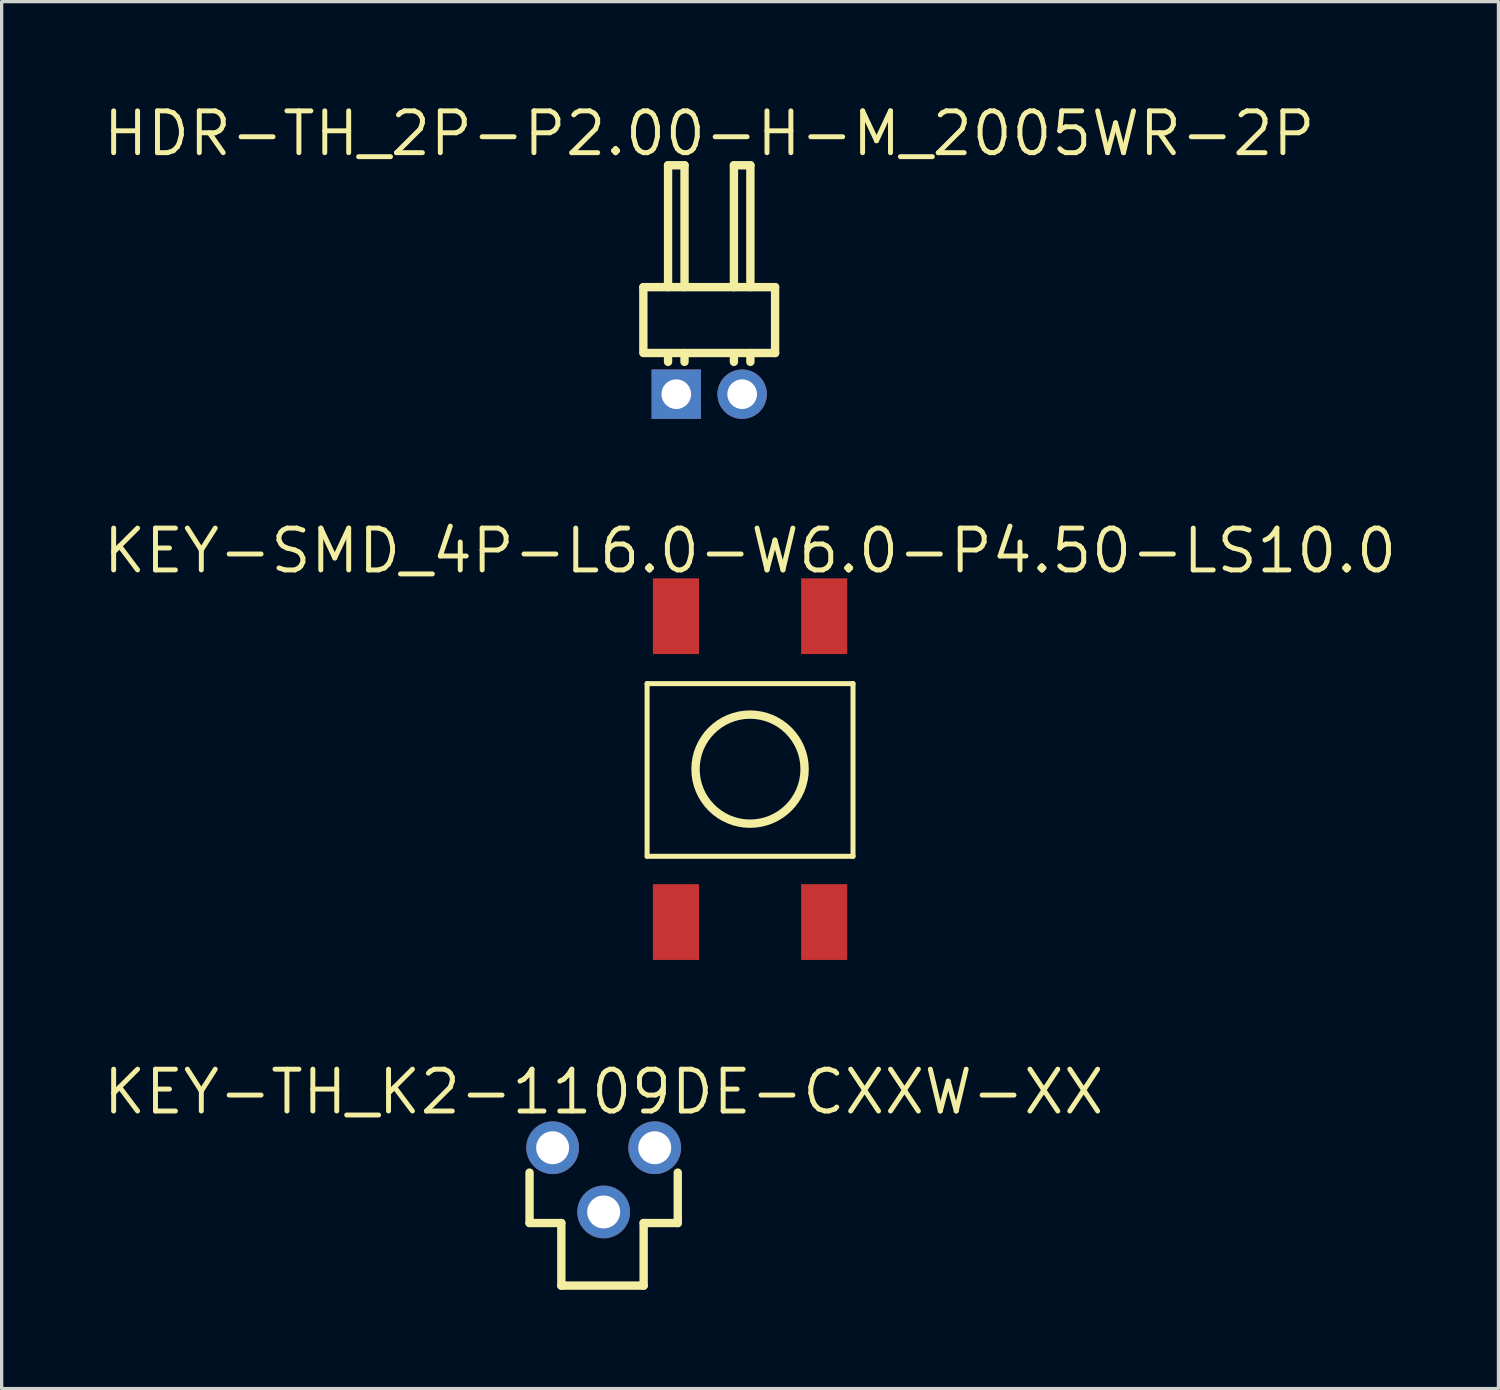
<source format=kicad_pcb>
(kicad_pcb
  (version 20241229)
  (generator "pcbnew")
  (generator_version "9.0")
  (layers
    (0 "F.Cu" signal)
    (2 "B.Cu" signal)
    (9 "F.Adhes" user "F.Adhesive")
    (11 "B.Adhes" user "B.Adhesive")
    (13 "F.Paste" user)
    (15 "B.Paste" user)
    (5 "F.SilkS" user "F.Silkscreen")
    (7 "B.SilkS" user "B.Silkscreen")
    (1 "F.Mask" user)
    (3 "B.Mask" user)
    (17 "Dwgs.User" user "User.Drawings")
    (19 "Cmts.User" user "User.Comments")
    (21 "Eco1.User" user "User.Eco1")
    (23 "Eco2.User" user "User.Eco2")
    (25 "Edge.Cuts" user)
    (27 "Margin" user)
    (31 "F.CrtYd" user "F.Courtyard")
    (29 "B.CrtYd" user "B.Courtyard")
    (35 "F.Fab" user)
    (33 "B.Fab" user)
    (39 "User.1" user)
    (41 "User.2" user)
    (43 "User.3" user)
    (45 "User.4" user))
  (footprint "KEY-SMD_4P-L6.0-W6.0-P4.50-LS10.0"
    (layer "F.Cu")
    (at 19.723 20.302)
    (property "Reference" "KEY-SMD_4P-L6.0-W6.0-P4.50-LS10.0" (at 0 -6.628 0) (layer "F.SilkS") (effects (font (size 1.27 1.27) (thickness 0.15))))
    (fp_line (start -3.126 -2.596) (end 3.126 -2.596) (stroke (width 0.152) (type default)) (layer "F.SilkS"))
    (fp_line (start -3.126 2.647) (end -3.126 -2.596) (stroke (width 0.152) (type default)) (layer "F.SilkS"))
    (fp_line (start 3.126 -2.596) (end 3.126 2.647) (stroke (width 0.152) (type default)) (layer "F.SilkS"))
    (fp_line (start 3.126 2.647) (end -3.126 2.647) (stroke (width 0.152) (type default)) (layer "F.SilkS"))
    (fp_circle (center 0 0) (end 1.656 0) (stroke (width 0.254) (type default)) (fill no) (layer "F.SilkS"))
    (fp_circle (center -3 5.025) (end -2.97 5.025) (stroke (width 0.06) (type default)) (fill no) (layer "User.5"))
    (pad "1" smd rect (at -2.25 4.643) (size 1.4 2.3) (layers "F.Cu" "F.Mask" "F.Paste"))
    (pad "2" smd rect (at -2.25 -4.643) (size 1.4 2.3) (layers "F.Cu" "F.Mask" "F.Paste"))
    (pad "3" smd rect (at 2.25 -4.643) (size 1.4 2.3) (layers "F.Cu" "F.Mask" "F.Paste"))
    (pad "4" smd rect (at 2.25 4.643) (size 1.4 2.3) (layers "F.Cu" "F.Mask" "F.Paste"))
    (zone (net_name "") (layer "User.3") (hatch edge 0.5) (priority 100) (connect_pads yes) (min_thickness 0) (filled_areas_thickness no) (fill yes) (polygon (pts (xy 16.723 23.328) (xy 16.723 17.328) (xy 22.723 17.328) (xy 22.723 23.328))) (filled_polygon (layer "User.3") (island) (pts (xy 16.723 23.328) (xy 16.723 17.328) (xy 22.723 17.328) (xy 22.723 23.328))))
    (zone (net_name "") (layer "User.4") (hatch edge 0.5) (priority 100) (connect_pads yes) (min_thickness 0) (filled_areas_thickness no) (fill yes) (polygon (pts (xy 17.123 16.088) (xy 17.123 15.328) (xy 17.823 15.328) (xy 17.823 16.088))) (filled_polygon (layer "User.4") (island) (pts (xy 17.123 16.088) (xy 17.123 15.328) (xy 17.823 15.328) (xy 17.823 16.088))))
    (zone (net_name "") (layer "User.4") (hatch edge 0.5) (priority 100) (connect_pads) (min_thickness 0) (filled_areas_thickness no) (keepout (tracks allowed) (vias allowed) (pads allowed) (copperpour not_allowed) (footprints allowed)) (placement (enabled no)) (fill) (polygon (pts (xy 17.123 17.338) (xy 17.123 16.078) (xy 17.823 16.078) (xy 17.823 17.338))))
    (zone (net_name "") (layer "User.4") (hatch edge 0.5) (priority 100) (connect_pads) (min_thickness 0) (filled_areas_thickness no) (keepout (tracks allowed) (vias allowed) (pads allowed) (copperpour not_allowed) (footprints allowed)) (placement (enabled no)) (fill) (polygon (pts (xy 17.123 24.578) (xy 17.123 23.318) (xy 17.823 23.318) (xy 17.823 24.578))))
    (zone (net_name "") (layer "User.4") (hatch edge 0.5) (priority 100) (connect_pads yes) (min_thickness 0) (filled_areas_thickness no) (fill yes) (polygon (pts (xy 17.123 25.328) (xy 17.123 24.568) (xy 17.823 24.568) (xy 17.823 25.328))) (filled_polygon (layer "User.4") (island) (pts (xy 17.123 25.328) (xy 17.123 24.568) (xy 17.823 24.568) (xy 17.823 25.328))))
    (zone (net_name "") (layer "User.4") (hatch edge 0.5) (priority 100) (connect_pads yes) (min_thickness 0) (filled_areas_thickness no) (fill yes) (polygon (pts (xy 21.622 16.088) (xy 21.622 15.328) (xy 22.322 15.328) (xy 22.322 16.088))) (filled_polygon (layer "User.4") (island) (pts (xy 21.622 16.088) (xy 21.622 15.328) (xy 22.322 15.328) (xy 22.322 16.088))))
    (zone (net_name "") (layer "User.4") (hatch edge 0.5) (priority 100) (connect_pads) (min_thickness 0) (filled_areas_thickness no) (keepout (tracks allowed) (vias allowed) (pads allowed) (copperpour not_allowed) (footprints allowed)) (placement (enabled no)) (fill) (polygon (pts (xy 21.622 17.338) (xy 21.622 16.078) (xy 22.322 16.078) (xy 22.322 17.338))))
    (zone (net_name "") (layer "User.4") (hatch edge 0.5) (priority 100) (connect_pads) (min_thickness 0) (filled_areas_thickness no) (keepout (tracks allowed) (vias allowed) (pads allowed) (copperpour not_allowed) (footprints allowed)) (placement (enabled no)) (fill) (polygon (pts (xy 21.622 24.578) (xy 21.622 23.318) (xy 22.322 23.318) (xy 22.322 24.578))))
    (zone (net_name "") (layer "User.4") (hatch edge 0.5) (priority 100) (connect_pads yes) (min_thickness 0) (filled_areas_thickness no) (fill yes) (polygon (pts (xy 21.622 25.328) (xy 21.622 24.568) (xy 22.322 24.568) (xy 22.322 25.328))) (filled_polygon (layer "User.4") (island) (pts (xy 21.622 25.328) (xy 21.622 24.568) (xy 22.322 24.568) (xy 22.322 25.328)))))
  (footprint "KEY-TH_K2-1109DE-CXXW-XX"
    (layer "F.Cu")
    (at 15.278 32.772)
    (property "Reference" "KEY-TH_K2-1109DE-CXXW-XX" (at 0 -2.67 0) (layer "F.SilkS") (effects (font (size 1.27 1.27) (thickness 0.15))))
    (fp_line (start -2.25 1.311) (end -2.25 -0.22) (stroke (width 0.254) (type default)) (layer "F.SilkS"))
    (fp_line (start -1.285 1.311) (end -2.25 1.311) (stroke (width 0.254) (type default)) (layer "F.SilkS"))
    (fp_line (start -1.285 1.311) (end -1.285 3.211) (stroke (width 0.254) (type default)) (layer "F.SilkS"))
    (fp_line (start -1.285 3.211) (end 1.214 3.211) (stroke (width 0.254) (type default)) (layer "F.SilkS"))
    (fp_line (start 1.214 1.311) (end 1.214 3.211) (stroke (width 0.254) (type default)) (layer "F.SilkS"))
    (fp_line (start 1.214 1.311) (end 2.25 1.311) (stroke (width 0.254) (type default)) (layer "F.SilkS"))
    (fp_line (start 2.25 1.311) (end 2.25 -0.22) (stroke (width 0.254) (type default)) (layer "F.SilkS"))
    (fp_circle (center -1.549 -0.975) (end -1.349 -0.975) (stroke (width 0.4) (type default)) (fill no) (layer "User.4"))
    (fp_circle (center 0.0001 0.975) (end 0.2 0.975) (stroke (width 0.4) (type default)) (fill no) (layer "User.4"))
    (fp_circle (center 1.55 -0.975) (end 1.749 -0.975) (stroke (width 0.4) (type default)) (fill no) (layer "User.4"))
    (fp_circle (center -2.25 -1.775) (end -2.22 -1.775) (stroke (width 0.06) (type default)) (fill no) (layer "User.5"))
    (pad "1" thru_hole oval (at -1.549 -0.975 90) (size 1.6 1.6) (drill 1) (layers "*.Cu" "*.Mask"))
    (pad "2" thru_hole oval (at 1.55 -0.975 90) (size 1.6 1.6) (drill 1) (layers "*.Cu" "*.Mask"))
    (pad "3" thru_hole oval (at 0.0001 0.975 90) (size 1.6 1.6) (drill 1) (layers "*.Cu" "*.Mask"))
    (zone (net_name "") (layer "User.3") (hatch edge 0.5) (priority 100) (connect_pads yes) (min_thickness 0) (filled_areas_thickness no) (fill yes) (polygon (pts (xy 13.028 30.997) (xy 17.528 30.997) (xy 17.528 36.11) (xy 13.028 36.11))) (filled_polygon (layer "User.3") (island) (pts (xy 13.028 30.997) (xy 17.528 30.997) (xy 17.528 36.11) (xy 13.028 36.11)))))
  (footprint "HDR-TH_2P-P2.00-H-M_2005WR-2P"
    (layer "F.Cu")
    (at 18.483 8.918)
    (property "Reference" "HDR-TH_2P-P2.00-H-M_2005WR-2P" (at 0 -7.912 0) (layer "F.SilkS") (effects (font (size 1.27 1.27) (thickness 0.15))))
    (fp_line (start -2 -3.25) (end -2 -1.3) (stroke (width 0.254) (type default)) (layer "F.SilkS"))
    (fp_line (start -2 -1.25) (end 2 -1.25) (stroke (width 0.254) (type default)) (layer "F.SilkS"))
    (fp_line (start -1.25 -1.1) (end -1.25 -0.981) (stroke (width 0.254) (type default)) (layer "F.SilkS"))
    (fp_line (start -1.25 -6.95) (end -0.75 -6.95) (stroke (width 0.254) (type default)) (layer "F.SilkS"))
    (fp_line (start -1.25 -3.25) (end -1.25 -6.95) (stroke (width 0.254) (type default)) (layer "F.SilkS"))
    (fp_line (start -0.75 -6.95) (end -0.75 -3.25) (stroke (width 0.254) (type default)) (layer "F.SilkS"))
    (fp_line (start -0.75 -0.981) (end -0.75 -1.25) (stroke (width 0.254) (type default)) (layer "F.SilkS"))
    (fp_line (start 0.75 -1.1) (end 0.75 -0.981) (stroke (width 0.254) (type default)) (layer "F.SilkS"))
    (fp_line (start 0.75 -6.95) (end 1.25 -6.95) (stroke (width 0.254) (type default)) (layer "F.SilkS"))
    (fp_line (start 0.75 -3.25) (end 0.75 -6.95) (stroke (width 0.254) (type default)) (layer "F.SilkS"))
    (fp_line (start 1.25 -6.95) (end 1.25 -3.25) (stroke (width 0.254) (type default)) (layer "F.SilkS"))
    (fp_line (start 1.25 -0.981) (end 1.25 -1.25) (stroke (width 0.254) (type default)) (layer "F.SilkS"))
    (fp_line (start 2 -3.25) (end -2 -3.25) (stroke (width 0.254) (type default)) (layer "F.SilkS"))
    (fp_line (start 2 -1.25) (end 2 -3.25) (stroke (width 0.254) (type default)) (layer "F.SilkS"))
    (fp_circle (center -2 0.25) (end -1.97 0.25) (stroke (width 0.06) (type default)) (fill no) (layer "User.5"))
    (pad "1" thru_hole rect (at -1 0) (size 1.5 1.5) (drill 0.9) (layers "*.Cu" "*.Mask"))
    (pad "2" thru_hole oval (at 1 0) (size 1.5 1.5) (drill 0.9) (layers "*.Cu" "*.Mask"))
    (zone (net_name "") (layer "Dwgs.User") (hatch edge 0.5) (priority 100) (connect_pads yes) (min_thickness 0) (filled_areas_thickness no) (fill yes) (polygon (pts (xy 17.233 1.968) (xy 17.733 1.968) (xy 17.733 5.668) (xy 17.233 5.668))) (filled_polygon (layer "Dwgs.User") (island) (pts (xy 17.233 1.968) (xy 17.733 1.968) (xy 17.733 5.668) (xy 17.233 5.668))))
    (zone (net_name "") (layer "Dwgs.User") (hatch edge 0.5) (priority 100) (connect_pads yes) (min_thickness 0) (filled_areas_thickness no) (fill yes) (polygon (pts (xy 19.233 1.968) (xy 19.733 1.968) (xy 19.733 5.668) (xy 19.233 5.668))) (filled_polygon (layer "Dwgs.User") (island) (pts (xy 19.233 1.968) (xy 19.733 1.968) (xy 19.733 5.668) (xy 19.233 5.668))))
    (zone (net_name "") (layer "User.3") (hatch edge 0.5) (priority 100) (connect_pads yes) (min_thickness 0) (filled_areas_thickness no) (fill yes) (polygon (pts (xy 16.483 7.668) (xy 16.483 5.668) (xy 20.483 5.668) (xy 20.483 7.668))) (filled_polygon (layer "User.3") (island) (pts (xy 16.483 7.668) (xy 16.483 5.668) (xy 20.483 5.668) (xy 20.483 7.668))))
    (zone (net_name "") (layer "User.4") (hatch edge 0.5) (priority 100) (connect_pads yes) (min_thickness 0) (filled_areas_thickness no) (fill yes) (polygon (pts (xy 17.233 8.668) (xy 17.733 8.668) (xy 17.733 9.168) (xy 17.233 9.168))) (filled_polygon (layer "User.4") (island) (pts (xy 17.233 8.668) (xy 17.733 8.668) (xy 17.733 9.168) (xy 17.233 9.168))))
    (zone (net_name "") (layer "User.4") (hatch edge 0.5) (priority 100) (connect_pads) (min_thickness 0) (filled_areas_thickness no) (keepout (tracks allowed) (vias allowed) (pads allowed) (copperpour not_allowed) (footprints allowed)) (placement (enabled no)) (fill) (polygon (pts (xy 17.233 1.968) (xy 17.733 1.968) (xy 17.733 9.168) (xy 17.233 9.168))))
    (zone (net_name "") (layer "User.4") (hatch edge 0.5) (priority 100) (connect_pads) (min_thickness 0) (filled_areas_thickness no) (keepout (tracks allowed) (vias allowed) (pads allowed) (copperpour not_allowed) (footprints allowed)) (placement (enabled no)) (fill) (polygon (pts (xy 19.233 1.968) (xy 19.733 1.968) (xy 19.733 9.168) (xy 19.233 9.168))))
    (zone (net_name "") (layer "User.4") (hatch edge 0.5) (priority 100) (connect_pads yes) (min_thickness 0) (filled_areas_thickness no) (fill yes) (polygon (pts (xy 19.233 8.668) (xy 19.733 8.668) (xy 19.733 9.168) (xy 19.233 9.168))) (filled_polygon (layer "User.4") (island) (pts (xy 19.233 8.668) (xy 19.733 8.668) (xy 19.733 9.168) (xy 19.233 9.168)))))
  (gr_rect
    (start -3 -3)
    (end 42.445 39.11)
    (stroke (width 0.1) (type default))
    (fill no)
    (layer "Edge.Cuts")))
</source>
